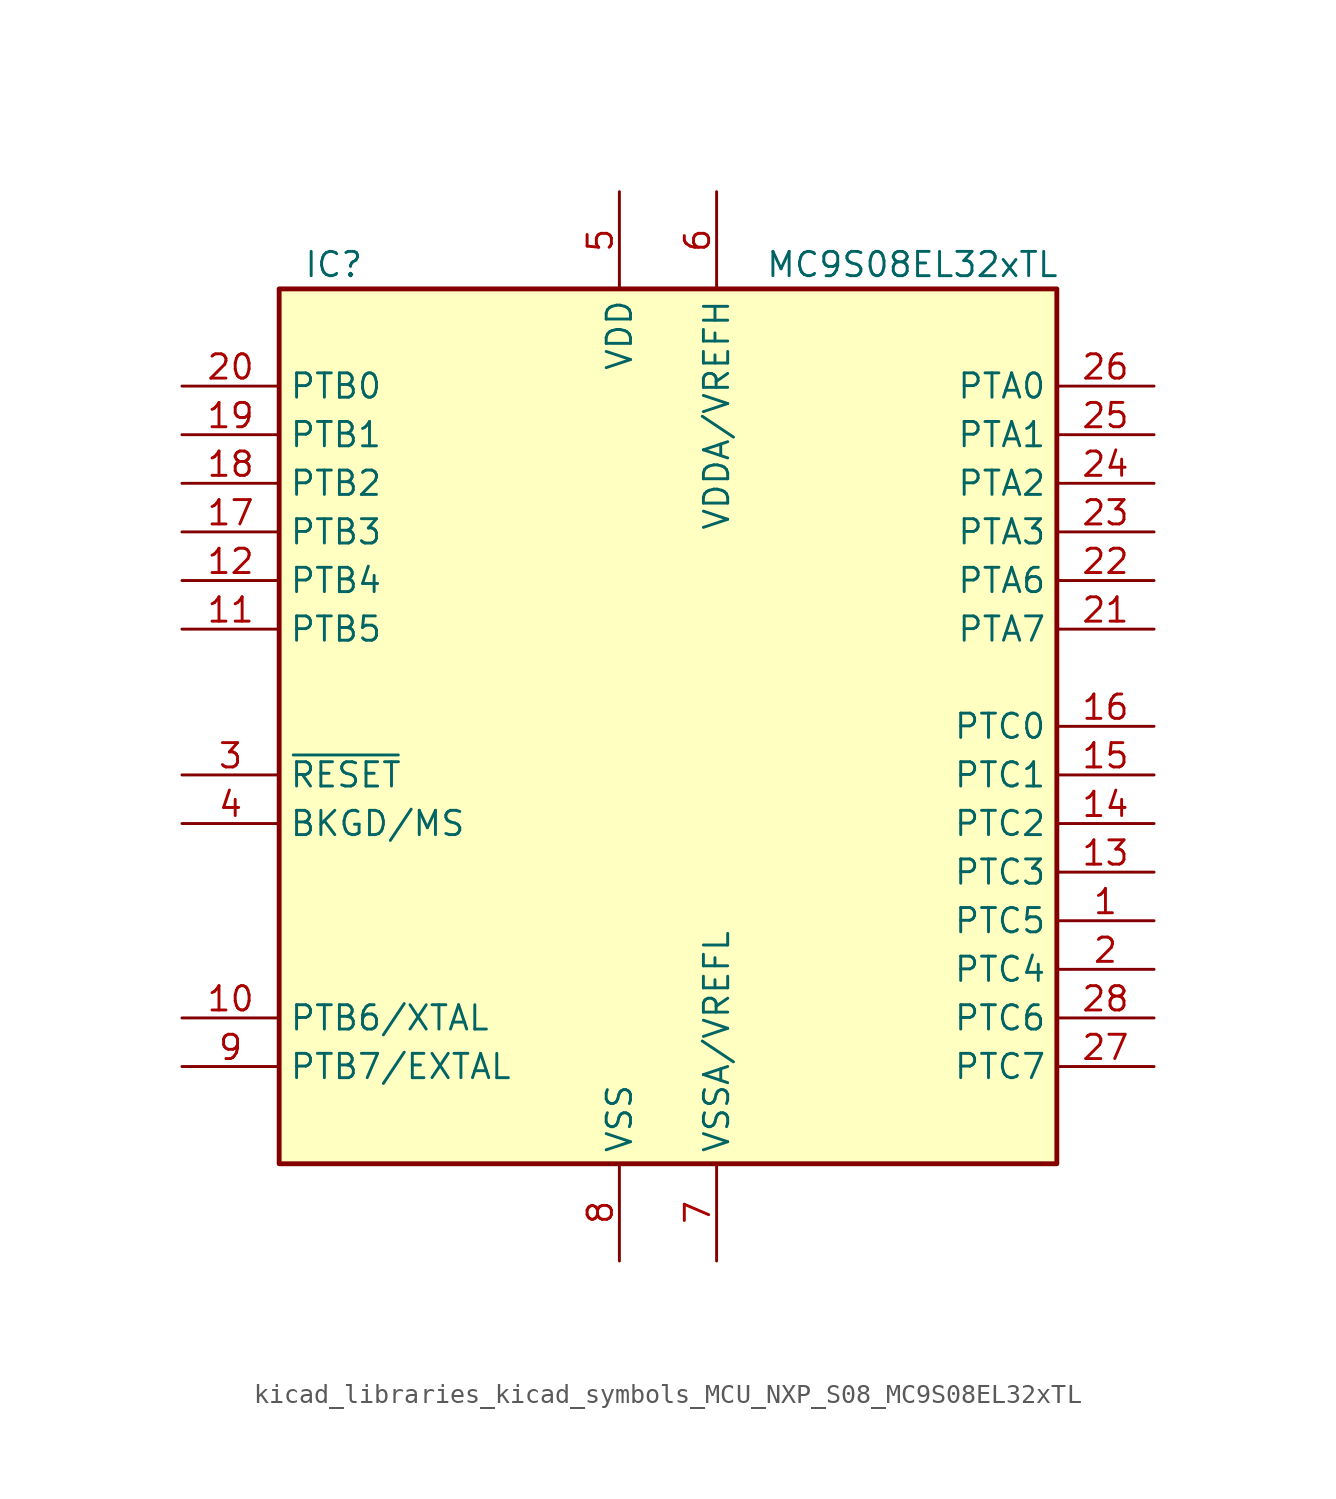
<source format=kicad_sym>
(kicad_symbol_lib
  (version 20220914)
  (generator kicad_symbol_editor)
  (symbol "kicad_libraries_kicad_symbols_MCU_NXP_S08_MC9S08EL32xTL"
    (property "Reference" "IC"
      (at -19.05 24.13 0)
      (effects (font (size 1.27 1.27)) (justify left)))
    (property "Value" "MC9S08EL32xTL"
      (at 5.08 24.13 0)
      (effects (font (size 1.27 1.27)) (justify left)))
    (symbol "kicad_libraries_kicad_symbols_MCU_NXP_S08_MC9S08EL32xTL_0_1"
      (rectangle (start -20.32 22.86) (end 20.32 -22.86) (stroke (width 0.254) (type default)) (fill (type background))))
    (symbol "kicad_libraries_kicad_symbols_MCU_NXP_S08_MC9S08EL32xTL_1_1"
      (pin bidirectional line (at 25.4 -10.16 180) (length 5.08) (name "PTC5" (effects (font (size 1.27 1.27)))) (number "1" (effects (font (size 1.27 1.27)))))
      (pin bidirectional line (at -25.4 -15.24 0) (length 5.08) (name "PTB6/XTAL" (effects (font (size 1.27 1.27)))) (number "10" (effects (font (size 1.27 1.27)))))
      (pin bidirectional line (at -25.4 5.08 0) (length 5.08) (name "PTB5" (effects (font (size 1.27 1.27)))) (number "11" (effects (font (size 1.27 1.27)))))
      (pin bidirectional line (at -25.4 7.62 0) (length 5.08) (name "PTB4" (effects (font (size 1.27 1.27)))) (number "12" (effects (font (size 1.27 1.27)))))
      (pin bidirectional line (at 25.4 -7.62 180) (length 5.08) (name "PTC3" (effects (font (size 1.27 1.27)))) (number "13" (effects (font (size 1.27 1.27)))))
      (pin bidirectional line (at 25.4 -5.08 180) (length 5.08) (name "PTC2" (effects (font (size 1.27 1.27)))) (number "14" (effects (font (size 1.27 1.27)))))
      (pin bidirectional line (at 25.4 -2.54 180) (length 5.08) (name "PTC1" (effects (font (size 1.27 1.27)))) (number "15" (effects (font (size 1.27 1.27)))))
      (pin bidirectional line (at 25.4 0 180) (length 5.08) (name "PTC0" (effects (font (size 1.27 1.27)))) (number "16" (effects (font (size 1.27 1.27)))))
      (pin bidirectional line (at -25.4 10.16 0) (length 5.08) (name "PTB3" (effects (font (size 1.27 1.27)))) (number "17" (effects (font (size 1.27 1.27)))))
      (pin bidirectional line (at -25.4 12.7 0) (length 5.08) (name "PTB2" (effects (font (size 1.27 1.27)))) (number "18" (effects (font (size 1.27 1.27)))))
      (pin bidirectional line (at -25.4 15.24 0) (length 5.08) (name "PTB1" (effects (font (size 1.27 1.27)))) (number "19" (effects (font (size 1.27 1.27)))))
      (pin bidirectional line (at 25.4 -12.7 180) (length 5.08) (name "PTC4" (effects (font (size 1.27 1.27)))) (number "2" (effects (font (size 1.27 1.27)))))
      (pin bidirectional line (at -25.4 17.78 0) (length 5.08) (name "PTB0" (effects (font (size 1.27 1.27)))) (number "20" (effects (font (size 1.27 1.27)))))
      (pin bidirectional line (at 25.4 5.08 180) (length 5.08) (name "PTA7" (effects (font (size 1.27 1.27)))) (number "21" (effects (font (size 1.27 1.27)))))
      (pin bidirectional line (at 25.4 7.62 180) (length 5.08) (name "PTA6" (effects (font (size 1.27 1.27)))) (number "22" (effects (font (size 1.27 1.27)))))
      (pin bidirectional line (at 25.4 10.16 180) (length 5.08) (name "PTA3" (effects (font (size 1.27 1.27)))) (number "23" (effects (font (size 1.27 1.27)))))
      (pin bidirectional line (at 25.4 12.7 180) (length 5.08) (name "PTA2" (effects (font (size 1.27 1.27)))) (number "24" (effects (font (size 1.27 1.27)))))
      (pin bidirectional line (at 25.4 15.24 180) (length 5.08) (name "PTA1" (effects (font (size 1.27 1.27)))) (number "25" (effects (font (size 1.27 1.27)))))
      (pin bidirectional line (at 25.4 17.78 180) (length 5.08) (name "PTA0" (effects (font (size 1.27 1.27)))) (number "26" (effects (font (size 1.27 1.27)))))
      (pin bidirectional line (at 25.4 -17.78 180) (length 5.08) (name "PTC7" (effects (font (size 1.27 1.27)))) (number "27" (effects (font (size 1.27 1.27)))))
      (pin bidirectional line (at 25.4 -15.24 180) (length 5.08) (name "PTC6" (effects (font (size 1.27 1.27)))) (number "28" (effects (font (size 1.27 1.27)))))
      (pin input line (at -25.4 -2.54 0) (length 5.08) (name "~{RESET}" (effects (font (size 1.27 1.27)))) (number "3" (effects (font (size 1.27 1.27)))))
      (pin bidirectional line (at -25.4 -5.08 0) (length 5.08) (name "BKGD/MS" (effects (font (size 1.27 1.27)))) (number "4" (effects (font (size 1.27 1.27)))))
      (pin power_in line (at -2.54 27.94 270) (length 5.08) (name "VDD" (effects (font (size 1.27 1.27)))) (number "5" (effects (font (size 1.27 1.27)))))
      (pin power_in line (at 2.54 27.94 270) (length 5.08) (name "VDDA/VREFH" (effects (font (size 1.27 1.27)))) (number "6" (effects (font (size 1.27 1.27)))))
      (pin power_in line (at 2.54 -27.94 90) (length 5.08) (name "VSSA/VREFL" (effects (font (size 1.27 1.27)))) (number "7" (effects (font (size 1.27 1.27)))))
      (pin power_in line (at -2.54 -27.94 90) (length 5.08) (name "VSS" (effects (font (size 1.27 1.27)))) (number "8" (effects (font (size 1.27 1.27)))))
      (pin bidirectional line (at -25.4 -17.78 0) (length 5.08) (name "PTB7/EXTAL" (effects (font (size 1.27 1.27)))) (number "9" (effects (font (size 1.27 1.27))))))))
</source>
